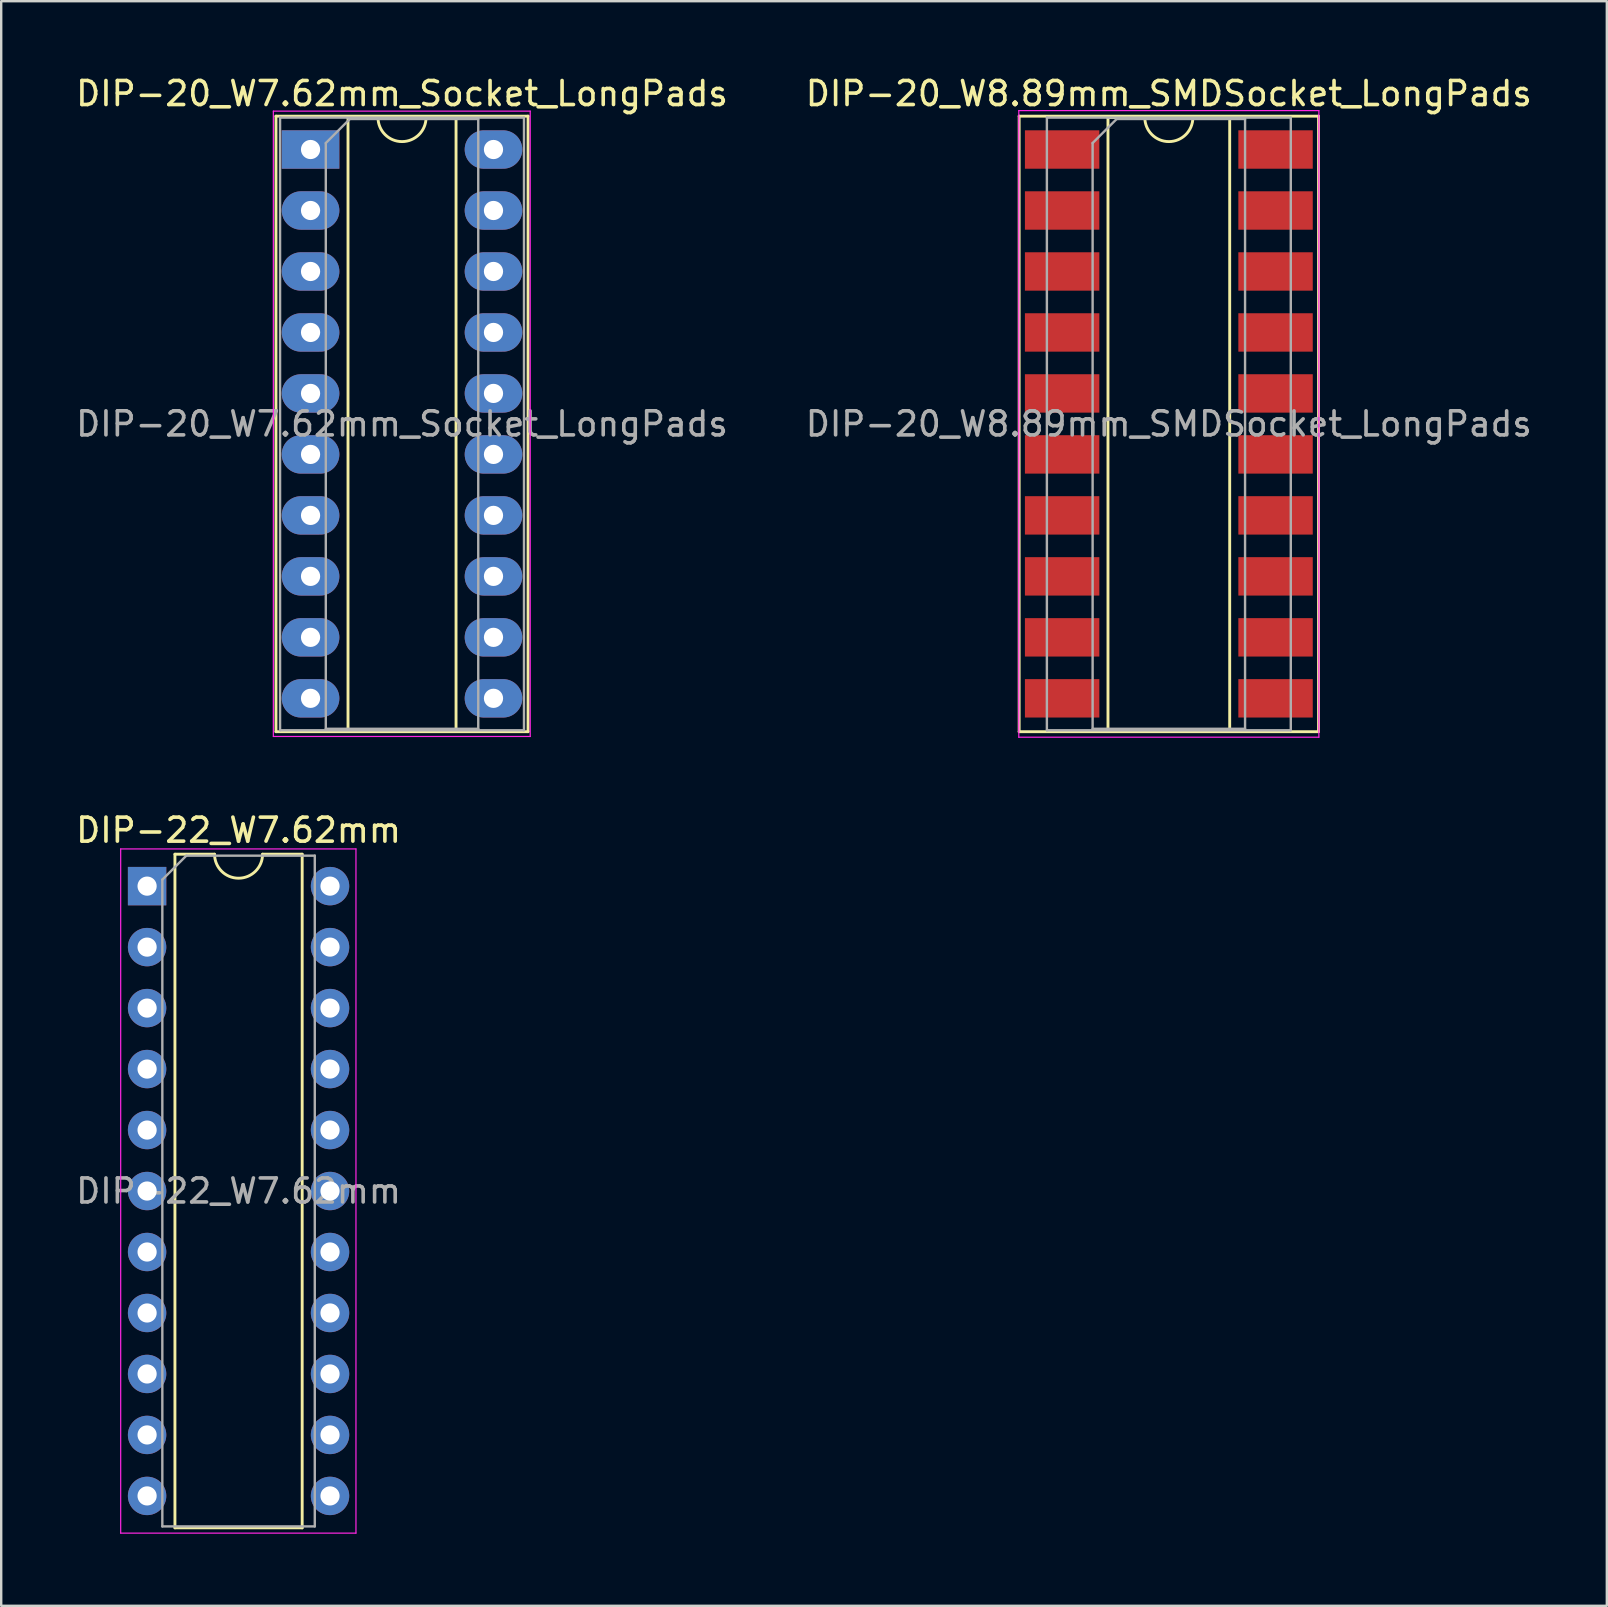
<source format=kicad_pcb>
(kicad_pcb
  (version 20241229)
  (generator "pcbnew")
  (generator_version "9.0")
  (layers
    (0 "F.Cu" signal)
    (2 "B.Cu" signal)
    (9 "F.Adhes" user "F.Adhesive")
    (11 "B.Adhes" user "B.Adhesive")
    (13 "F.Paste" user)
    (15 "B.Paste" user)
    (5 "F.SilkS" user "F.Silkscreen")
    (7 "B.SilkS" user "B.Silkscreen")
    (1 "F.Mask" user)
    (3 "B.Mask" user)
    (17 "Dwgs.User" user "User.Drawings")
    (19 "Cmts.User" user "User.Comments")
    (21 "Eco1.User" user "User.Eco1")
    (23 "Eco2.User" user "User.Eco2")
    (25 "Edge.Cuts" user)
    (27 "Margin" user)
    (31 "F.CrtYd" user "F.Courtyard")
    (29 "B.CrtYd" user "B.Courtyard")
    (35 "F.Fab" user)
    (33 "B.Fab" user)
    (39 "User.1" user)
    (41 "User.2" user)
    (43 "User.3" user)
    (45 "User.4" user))
  (footprint "DIP-20_W7.62mm_Socket_LongPads"
    (layer "F.Cu")
    (at 9.886 3.178)
    (property "Reference" "DIP-20_W7.62mm_Socket_LongPads" (at 3.81 -2.33 0) (layer "F.SilkS") (effects (font (size 1 1) (thickness 0.15))))
    (attr through_hole)
    (fp_line (start -1.44 -1.39) (end -1.44 24.25) (stroke (width 0.12) (type solid)) (layer "F.SilkS"))
    (fp_line (start -1.44 24.25) (end 9.06 24.25) (stroke (width 0.12) (type solid)) (layer "F.SilkS"))
    (fp_line (start 1.56 -1.33) (end 1.56 24.19) (stroke (width 0.12) (type solid)) (layer "F.SilkS"))
    (fp_line (start 1.56 24.19) (end 6.06 24.19) (stroke (width 0.12) (type solid)) (layer "F.SilkS"))
    (fp_line (start 2.81 -1.33) (end 1.56 -1.33) (stroke (width 0.12) (type solid)) (layer "F.SilkS"))
    (fp_line (start 6.06 -1.33) (end 4.81 -1.33) (stroke (width 0.12) (type solid)) (layer "F.SilkS"))
    (fp_line (start 6.06 24.19) (end 6.06 -1.33) (stroke (width 0.12) (type solid)) (layer "F.SilkS"))
    (fp_line (start 9.06 -1.39) (end -1.44 -1.39) (stroke (width 0.12) (type solid)) (layer "F.SilkS"))
    (fp_line (start 9.06 24.25) (end 9.06 -1.39) (stroke (width 0.12) (type solid)) (layer "F.SilkS"))
    (fp_arc (start 4.81 -1.33) (mid 3.81 -0.33) (end 2.81 -1.33) (stroke (width 0.12) (type solid)) (layer "F.SilkS"))
    (fp_line (start -1.55 -1.6) (end -1.55 24.45) (stroke (width 0.05) (type solid)) (layer "F.CrtYd"))
    (fp_line (start -1.55 24.45) (end 9.15 24.45) (stroke (width 0.05) (type solid)) (layer "F.CrtYd"))
    (fp_line (start 9.15 -1.6) (end -1.55 -1.6) (stroke (width 0.05) (type solid)) (layer "F.CrtYd"))
    (fp_line (start 9.15 24.45) (end 9.15 -1.6) (stroke (width 0.05) (type solid)) (layer "F.CrtYd"))
    (fp_line (start -1.27 -1.33) (end -1.27 24.19) (stroke (width 0.1) (type solid)) (layer "F.Fab"))
    (fp_line (start -1.27 24.19) (end 8.89 24.19) (stroke (width 0.1) (type solid)) (layer "F.Fab"))
    (fp_line (start 0.635 -0.27) (end 1.635 -1.27) (stroke (width 0.1) (type solid)) (layer "F.Fab"))
    (fp_line (start 0.635 24.13) (end 0.635 -0.27) (stroke (width 0.1) (type solid)) (layer "F.Fab"))
    (fp_line (start 1.635 -1.27) (end 6.985 -1.27) (stroke (width 0.1) (type solid)) (layer "F.Fab"))
    (fp_line (start 6.985 -1.27) (end 6.985 24.13) (stroke (width 0.1) (type solid)) (layer "F.Fab"))
    (fp_line (start 6.985 24.13) (end 0.635 24.13) (stroke (width 0.1) (type solid)) (layer "F.Fab"))
    (fp_line (start 8.89 -1.33) (end -1.27 -1.33) (stroke (width 0.1) (type solid)) (layer "F.Fab"))
    (fp_line (start 8.89 24.19) (end 8.89 -1.33) (stroke (width 0.1) (type solid)) (layer "F.Fab"))
    (fp_text user "${REFERENCE}" (at 3.81 11.43 0) (layer "F.Fab") (effects (font (size 1 1) (thickness 0.15))))
    (pad "1" thru_hole rect (at 0 0) (size 2.4 1.6) (drill 0.8) (layers "*.Cu" "*.Mask"))
    (pad "2" thru_hole oval (at 0 2.54) (size 2.4 1.6) (drill 0.8) (layers "*.Cu" "*.Mask"))
    (pad "3" thru_hole oval (at 0 5.08) (size 2.4 1.6) (drill 0.8) (layers "*.Cu" "*.Mask"))
    (pad "4" thru_hole oval (at 0 7.62) (size 2.4 1.6) (drill 0.8) (layers "*.Cu" "*.Mask"))
    (pad "5" thru_hole oval (at 0 10.16) (size 2.4 1.6) (drill 0.8) (layers "*.Cu" "*.Mask"))
    (pad "6" thru_hole oval (at 0 12.7) (size 2.4 1.6) (drill 0.8) (layers "*.Cu" "*.Mask"))
    (pad "7" thru_hole oval (at 0 15.24) (size 2.4 1.6) (drill 0.8) (layers "*.Cu" "*.Mask"))
    (pad "8" thru_hole oval (at 0 17.78) (size 2.4 1.6) (drill 0.8) (layers "*.Cu" "*.Mask"))
    (pad "9" thru_hole oval (at 0 20.32) (size 2.4 1.6) (drill 0.8) (layers "*.Cu" "*.Mask"))
    (pad "10" thru_hole oval (at 0 22.86) (size 2.4 1.6) (drill 0.8) (layers "*.Cu" "*.Mask"))
    (pad "11" thru_hole oval (at 7.62 22.86) (size 2.4 1.6) (drill 0.8) (layers "*.Cu" "*.Mask"))
    (pad "12" thru_hole oval (at 7.62 20.32) (size 2.4 1.6) (drill 0.8) (layers "*.Cu" "*.Mask"))
    (pad "13" thru_hole oval (at 7.62 17.78) (size 2.4 1.6) (drill 0.8) (layers "*.Cu" "*.Mask"))
    (pad "14" thru_hole oval (at 7.62 15.24) (size 2.4 1.6) (drill 0.8) (layers "*.Cu" "*.Mask"))
    (pad "15" thru_hole oval (at 7.62 12.7) (size 2.4 1.6) (drill 0.8) (layers "*.Cu" "*.Mask"))
    (pad "16" thru_hole oval (at 7.62 10.16) (size 2.4 1.6) (drill 0.8) (layers "*.Cu" "*.Mask"))
    (pad "17" thru_hole oval (at 7.62 7.62) (size 2.4 1.6) (drill 0.8) (layers "*.Cu" "*.Mask"))
    (pad "18" thru_hole oval (at 7.62 5.08) (size 2.4 1.6) (drill 0.8) (layers "*.Cu" "*.Mask"))
    (pad "19" thru_hole oval (at 7.62 2.54) (size 2.4 1.6) (drill 0.8) (layers "*.Cu" "*.Mask"))
    (pad "20" thru_hole oval (at 7.62 0) (size 2.4 1.6) (drill 0.8) (layers "*.Cu" "*.Mask")))
  (footprint "DIP-20_W8.89mm_SMDSocket_LongPads"
    (layer "F.Cu")
    (at 45.637 14.608)
    (property "Reference" "DIP-20_W8.89mm_SMDSocket_LongPads" (at 0 -13.76 0) (layer "F.SilkS") (effects (font (size 1 1) (thickness 0.15))))
    (attr smd)
    (fp_line (start -6.235 -12.82) (end -6.235 12.82) (stroke (width 0.12) (type solid)) (layer "F.SilkS"))
    (fp_line (start -6.235 12.82) (end 6.235 12.82) (stroke (width 0.12) (type solid)) (layer "F.SilkS"))
    (fp_line (start -2.535 -12.76) (end -2.535 12.76) (stroke (width 0.12) (type solid)) (layer "F.SilkS"))
    (fp_line (start -2.535 12.76) (end 2.535 12.76) (stroke (width 0.12) (type solid)) (layer "F.SilkS"))
    (fp_line (start -1 -12.76) (end -2.535 -12.76) (stroke (width 0.12) (type solid)) (layer "F.SilkS"))
    (fp_line (start 2.535 -12.76) (end 1 -12.76) (stroke (width 0.12) (type solid)) (layer "F.SilkS"))
    (fp_line (start 2.535 12.76) (end 2.535 -12.76) (stroke (width 0.12) (type solid)) (layer "F.SilkS"))
    (fp_line (start 6.235 -12.82) (end -6.235 -12.82) (stroke (width 0.12) (type solid)) (layer "F.SilkS"))
    (fp_line (start 6.235 12.82) (end 6.235 -12.82) (stroke (width 0.12) (type solid)) (layer "F.SilkS"))
    (fp_arc (start 1 -12.76) (mid 0 -11.76) (end -1 -12.76) (stroke (width 0.12) (type solid)) (layer "F.SilkS"))
    (fp_line (start -6.25 -13.05) (end -6.25 13.05) (stroke (width 0.05) (type solid)) (layer "F.CrtYd"))
    (fp_line (start -6.25 13.05) (end 6.25 13.05) (stroke (width 0.05) (type solid)) (layer "F.CrtYd"))
    (fp_line (start 6.25 -13.05) (end -6.25 -13.05) (stroke (width 0.05) (type solid)) (layer "F.CrtYd"))
    (fp_line (start 6.25 13.05) (end 6.25 -13.05) (stroke (width 0.05) (type solid)) (layer "F.CrtYd"))
    (fp_line (start -5.08 -12.76) (end -5.08 12.76) (stroke (width 0.1) (type solid)) (layer "F.Fab"))
    (fp_line (start -5.08 12.76) (end 5.08 12.76) (stroke (width 0.1) (type solid)) (layer "F.Fab"))
    (fp_line (start -3.175 -11.7) (end -2.175 -12.7) (stroke (width 0.1) (type solid)) (layer "F.Fab"))
    (fp_line (start -3.175 12.7) (end -3.175 -11.7) (stroke (width 0.1) (type solid)) (layer "F.Fab"))
    (fp_line (start -2.175 -12.7) (end 3.175 -12.7) (stroke (width 0.1) (type solid)) (layer "F.Fab"))
    (fp_line (start 3.175 -12.7) (end 3.175 12.7) (stroke (width 0.1) (type solid)) (layer "F.Fab"))
    (fp_line (start 3.175 12.7) (end -3.175 12.7) (stroke (width 0.1) (type solid)) (layer "F.Fab"))
    (fp_line (start 5.08 -12.76) (end -5.08 -12.76) (stroke (width 0.1) (type solid)) (layer "F.Fab"))
    (fp_line (start 5.08 12.76) (end 5.08 -12.76) (stroke (width 0.1) (type solid)) (layer "F.Fab"))
    (fp_text user "${REFERENCE}" (at 0 0 0) (layer "F.Fab") (effects (font (size 1 1) (thickness 0.15))))
    (pad "1" smd rect (at -4.445 -11.43) (size 3.1 1.6) (layers "F.Cu" "F.Mask" "F.Paste"))
    (pad "2" smd rect (at -4.445 -8.89) (size 3.1 1.6) (layers "F.Cu" "F.Mask" "F.Paste"))
    (pad "3" smd rect (at -4.445 -6.35) (size 3.1 1.6) (layers "F.Cu" "F.Mask" "F.Paste"))
    (pad "4" smd rect (at -4.445 -3.81) (size 3.1 1.6) (layers "F.Cu" "F.Mask" "F.Paste"))
    (pad "5" smd rect (at -4.445 -1.27) (size 3.1 1.6) (layers "F.Cu" "F.Mask" "F.Paste"))
    (pad "6" smd rect (at -4.445 1.27) (size 3.1 1.6) (layers "F.Cu" "F.Mask" "F.Paste"))
    (pad "7" smd rect (at -4.445 3.81) (size 3.1 1.6) (layers "F.Cu" "F.Mask" "F.Paste"))
    (pad "8" smd rect (at -4.445 6.35) (size 3.1 1.6) (layers "F.Cu" "F.Mask" "F.Paste"))
    (pad "9" smd rect (at -4.445 8.89) (size 3.1 1.6) (layers "F.Cu" "F.Mask" "F.Paste"))
    (pad "10" smd rect (at -4.445 11.43) (size 3.1 1.6) (layers "F.Cu" "F.Mask" "F.Paste"))
    (pad "11" smd rect (at 4.445 11.43) (size 3.1 1.6) (layers "F.Cu" "F.Mask" "F.Paste"))
    (pad "12" smd rect (at 4.445 8.89) (size 3.1 1.6) (layers "F.Cu" "F.Mask" "F.Paste"))
    (pad "13" smd rect (at 4.445 6.35) (size 3.1 1.6) (layers "F.Cu" "F.Mask" "F.Paste"))
    (pad "14" smd rect (at 4.445 3.81) (size 3.1 1.6) (layers "F.Cu" "F.Mask" "F.Paste"))
    (pad "15" smd rect (at 4.445 1.27) (size 3.1 1.6) (layers "F.Cu" "F.Mask" "F.Paste"))
    (pad "16" smd rect (at 4.445 -1.27) (size 3.1 1.6) (layers "F.Cu" "F.Mask" "F.Paste"))
    (pad "17" smd rect (at 4.445 -3.81) (size 3.1 1.6) (layers "F.Cu" "F.Mask" "F.Paste"))
    (pad "18" smd rect (at 4.445 -6.35) (size 3.1 1.6) (layers "F.Cu" "F.Mask" "F.Paste"))
    (pad "19" smd rect (at 4.445 -8.89) (size 3.1 1.6) (layers "F.Cu" "F.Mask" "F.Paste"))
    (pad "20" smd rect (at 4.445 -11.43) (size 3.1 1.6) (layers "F.Cu" "F.Mask" "F.Paste")))
  (footprint "DIP-22_W7.62mm"
    (layer "F.Cu")
    (at 3.077 33.861)
    (property "Reference" "DIP-22_W7.62mm" (at 3.81 -2.33 0) (layer "F.SilkS") (effects (font (size 1 1) (thickness 0.15))))
    (attr through_hole)
    (fp_line (start 1.16 -1.33) (end 1.16 26.73) (stroke (width 0.12) (type solid)) (layer "F.SilkS"))
    (fp_line (start 1.16 26.73) (end 6.46 26.73) (stroke (width 0.12) (type solid)) (layer "F.SilkS"))
    (fp_line (start 2.81 -1.33) (end 1.16 -1.33) (stroke (width 0.12) (type solid)) (layer "F.SilkS"))
    (fp_line (start 6.46 -1.33) (end 4.81 -1.33) (stroke (width 0.12) (type solid)) (layer "F.SilkS"))
    (fp_line (start 6.46 26.73) (end 6.46 -1.33) (stroke (width 0.12) (type solid)) (layer "F.SilkS"))
    (fp_arc (start 4.81 -1.33) (mid 3.81 -0.33) (end 2.81 -1.33) (stroke (width 0.12) (type solid)) (layer "F.SilkS"))
    (fp_line (start -1.1 -1.55) (end -1.1 26.95) (stroke (width 0.05) (type solid)) (layer "F.CrtYd"))
    (fp_line (start -1.1 26.95) (end 8.7 26.95) (stroke (width 0.05) (type solid)) (layer "F.CrtYd"))
    (fp_line (start 8.7 -1.55) (end -1.1 -1.55) (stroke (width 0.05) (type solid)) (layer "F.CrtYd"))
    (fp_line (start 8.7 26.95) (end 8.7 -1.55) (stroke (width 0.05) (type solid)) (layer "F.CrtYd"))
    (fp_line (start 0.635 -0.27) (end 1.635 -1.27) (stroke (width 0.1) (type solid)) (layer "F.Fab"))
    (fp_line (start 0.635 26.67) (end 0.635 -0.27) (stroke (width 0.1) (type solid)) (layer "F.Fab"))
    (fp_line (start 1.635 -1.27) (end 6.985 -1.27) (stroke (width 0.1) (type solid)) (layer "F.Fab"))
    (fp_line (start 6.985 -1.27) (end 6.985 26.67) (stroke (width 0.1) (type solid)) (layer "F.Fab"))
    (fp_line (start 6.985 26.67) (end 0.635 26.67) (stroke (width 0.1) (type solid)) (layer "F.Fab"))
    (fp_text user "${REFERENCE}" (at 3.81 12.7 0) (layer "F.Fab") (effects (font (size 1 1) (thickness 0.15))))
    (pad "1" thru_hole rect (at 0 0) (size 1.6 1.6) (drill 0.8) (layers "*.Cu" "*.Mask"))
    (pad "2" thru_hole oval (at 0 2.54) (size 1.6 1.6) (drill 0.8) (layers "*.Cu" "*.Mask"))
    (pad "3" thru_hole oval (at 0 5.08) (size 1.6 1.6) (drill 0.8) (layers "*.Cu" "*.Mask"))
    (pad "4" thru_hole oval (at 0 7.62) (size 1.6 1.6) (drill 0.8) (layers "*.Cu" "*.Mask"))
    (pad "5" thru_hole oval (at 0 10.16) (size 1.6 1.6) (drill 0.8) (layers "*.Cu" "*.Mask"))
    (pad "6" thru_hole oval (at 0 12.7) (size 1.6 1.6) (drill 0.8) (layers "*.Cu" "*.Mask"))
    (pad "7" thru_hole oval (at 0 15.24) (size 1.6 1.6) (drill 0.8) (layers "*.Cu" "*.Mask"))
    (pad "8" thru_hole oval (at 0 17.78) (size 1.6 1.6) (drill 0.8) (layers "*.Cu" "*.Mask"))
    (pad "9" thru_hole oval (at 0 20.32) (size 1.6 1.6) (drill 0.8) (layers "*.Cu" "*.Mask"))
    (pad "10" thru_hole oval (at 0 22.86) (size 1.6 1.6) (drill 0.8) (layers "*.Cu" "*.Mask"))
    (pad "11" thru_hole oval (at 0 25.4) (size 1.6 1.6) (drill 0.8) (layers "*.Cu" "*.Mask"))
    (pad "12" thru_hole oval (at 7.62 25.4) (size 1.6 1.6) (drill 0.8) (layers "*.Cu" "*.Mask"))
    (pad "13" thru_hole oval (at 7.62 22.86) (size 1.6 1.6) (drill 0.8) (layers "*.Cu" "*.Mask"))
    (pad "14" thru_hole oval (at 7.62 20.32) (size 1.6 1.6) (drill 0.8) (layers "*.Cu" "*.Mask"))
    (pad "15" thru_hole oval (at 7.62 17.78) (size 1.6 1.6) (drill 0.8) (layers "*.Cu" "*.Mask"))
    (pad "16" thru_hole oval (at 7.62 15.24) (size 1.6 1.6) (drill 0.8) (layers "*.Cu" "*.Mask"))
    (pad "17" thru_hole oval (at 7.62 12.7) (size 1.6 1.6) (drill 0.8) (layers "*.Cu" "*.Mask"))
    (pad "18" thru_hole oval (at 7.62 10.16) (size 1.6 1.6) (drill 0.8) (layers "*.Cu" "*.Mask"))
    (pad "19" thru_hole oval (at 7.62 7.62) (size 1.6 1.6) (drill 0.8) (layers "*.Cu" "*.Mask"))
    (pad "20" thru_hole oval (at 7.62 5.08) (size 1.6 1.6) (drill 0.8) (layers "*.Cu" "*.Mask"))
    (pad "21" thru_hole oval (at 7.62 2.54) (size 1.6 1.6) (drill 0.8) (layers "*.Cu" "*.Mask"))
    (pad "22" thru_hole oval (at 7.62 0) (size 1.6 1.6) (drill 0.8) (layers "*.Cu" "*.Mask")))
  (gr_rect
    (start -3 -3)
    (end 63.881 63.837)
    (stroke (width 0.1) (type default))
    (fill no)
    (layer "Edge.Cuts")))
</source>
